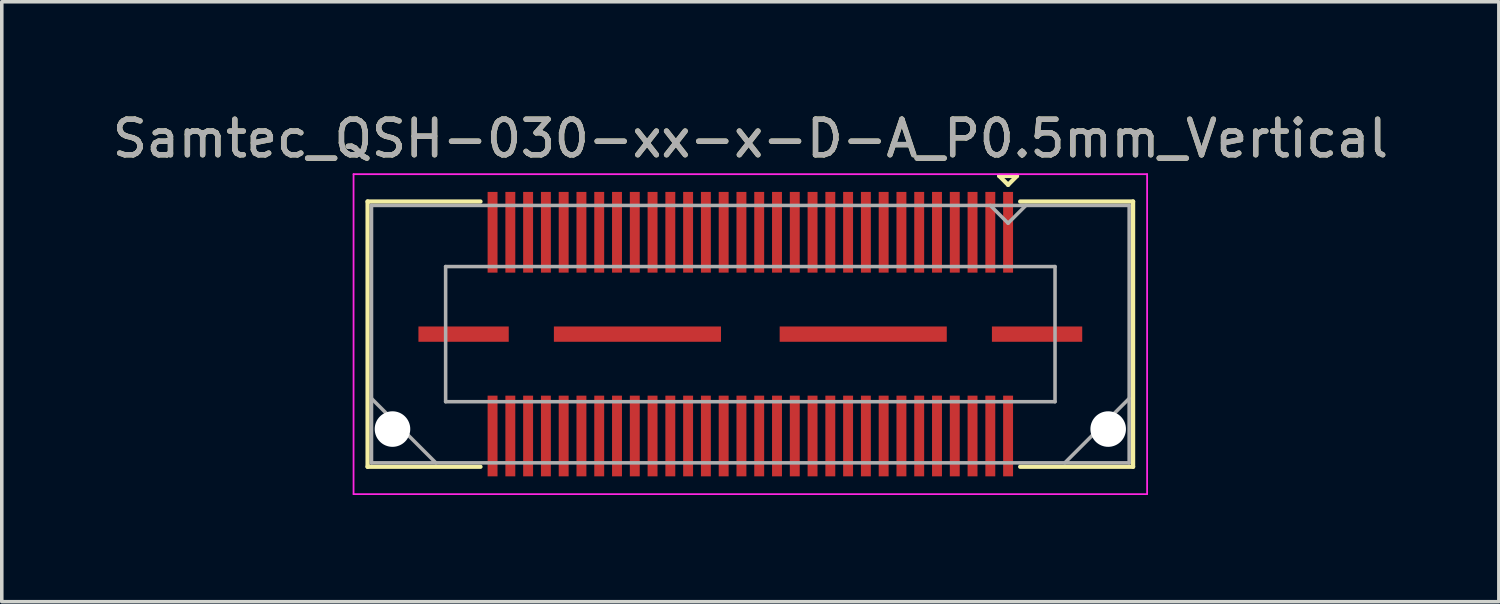
<source format=kicad_pcb>
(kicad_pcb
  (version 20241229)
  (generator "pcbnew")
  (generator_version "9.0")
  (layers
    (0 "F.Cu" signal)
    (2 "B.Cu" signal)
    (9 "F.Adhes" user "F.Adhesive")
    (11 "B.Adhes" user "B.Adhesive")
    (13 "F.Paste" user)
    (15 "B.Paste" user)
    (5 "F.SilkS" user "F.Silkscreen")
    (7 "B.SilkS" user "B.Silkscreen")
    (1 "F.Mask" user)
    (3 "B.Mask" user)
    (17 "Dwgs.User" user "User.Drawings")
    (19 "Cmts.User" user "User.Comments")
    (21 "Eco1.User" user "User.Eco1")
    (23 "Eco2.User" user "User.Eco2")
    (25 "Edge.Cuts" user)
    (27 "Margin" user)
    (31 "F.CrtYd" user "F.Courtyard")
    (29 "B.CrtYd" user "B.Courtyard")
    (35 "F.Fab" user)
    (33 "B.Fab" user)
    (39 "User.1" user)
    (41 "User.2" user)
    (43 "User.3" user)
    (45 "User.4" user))
  (footprint "Samtec_QSH-030-xx-x-D-A_P0.5mm_Vertical"
    (layer "F.Cu")
    (at 18.054 6.348)
    (property "Reference" "Samtec_QSH-030-xx-x-D-A_P0.5mm_Vertical" (at 0 -5.5 0) (layer "F.SilkS") (effects (font (size 1 1) (thickness 0.15))))
    (attr smd)
    (fp_line (start -10.765 -3.73) (end -7.59 -3.73) (stroke (width 0.12) (type solid)) (layer "F.SilkS"))
    (fp_line (start -10.765 3.73) (end -10.765 -3.73) (stroke (width 0.12) (type solid)) (layer "F.SilkS"))
    (fp_line (start -7.59 3.73) (end -10.765 3.73) (stroke (width 0.12) (type solid)) (layer "F.SilkS"))
    (fp_line (start 7 -4.45) (end 7.5 -4.45) (stroke (width 0.12) (type solid)) (layer "F.SilkS"))
    (fp_line (start 7.25 -4.2) (end 7 -4.45) (stroke (width 0.12) (type solid)) (layer "F.SilkS"))
    (fp_line (start 7.5 -4.45) (end 7.25 -4.2) (stroke (width 0.12) (type solid)) (layer "F.SilkS"))
    (fp_line (start 7.59 3.73) (end 10.765 3.73) (stroke (width 0.12) (type solid)) (layer "F.SilkS"))
    (fp_line (start 10.765 -3.73) (end 7.59 -3.73) (stroke (width 0.12) (type solid)) (layer "F.SilkS"))
    (fp_line (start 10.765 3.73) (end 10.765 -3.73) (stroke (width 0.12) (type solid)) (layer "F.SilkS"))
    (fp_line (start -11.16 -4.5) (end -11.16 4.5) (stroke (width 0.05) (type solid)) (layer "F.CrtYd"))
    (fp_line (start -11.16 4.5) (end 11.16 4.5) (stroke (width 0.05) (type solid)) (layer "F.CrtYd"))
    (fp_line (start 11.16 -4.5) (end -11.16 -4.5) (stroke (width 0.05) (type solid)) (layer "F.CrtYd"))
    (fp_line (start 11.16 4.5) (end 11.16 -4.5) (stroke (width 0.05) (type solid)) (layer "F.CrtYd"))
    (fp_line (start -10.655 -3.62) (end -10.655 3.62) (stroke (width 0.1) (type solid)) (layer "F.Fab"))
    (fp_line (start -10.655 1.81) (end -8.845 3.62) (stroke (width 0.1) (type solid)) (layer "F.Fab"))
    (fp_line (start -10.655 3.62) (end 10.655 3.62) (stroke (width 0.1) (type solid)) (layer "F.Fab"))
    (fp_line (start -8.57 -1.9) (end -8.57 1.9) (stroke (width 0.1) (type solid)) (layer "F.Fab"))
    (fp_line (start -8.57 1.9) (end 8.57 1.9) (stroke (width 0.1) (type solid)) (layer "F.Fab"))
    (fp_line (start 7.25 -3.12) (end 6.75 -3.62) (stroke (width 0.1) (type solid)) (layer "F.Fab"))
    (fp_line (start 7.75 -3.62) (end 7.25 -3.12) (stroke (width 0.1) (type solid)) (layer "F.Fab"))
    (fp_line (start 8.57 -1.9) (end -8.57 -1.9) (stroke (width 0.1) (type solid)) (layer "F.Fab"))
    (fp_line (start 8.57 1.9) (end 8.57 -1.9) (stroke (width 0.1) (type solid)) (layer "F.Fab"))
    (fp_line (start 10.655 -3.62) (end -10.655 -3.62) (stroke (width 0.1) (type solid)) (layer "F.Fab"))
    (fp_line (start 10.655 1.81) (end 8.845 3.62) (stroke (width 0.1) (type solid)) (layer "F.Fab"))
    (fp_line (start 10.655 3.62) (end 10.655 -3.62) (stroke (width 0.1) (type solid)) (layer "F.Fab"))
    (fp_text user "${REFERENCE}" (at 0 -5.5 0) (layer "F.Fab") (effects (font (size 1 1) (thickness 0.15))))
    (pad "" np_thru_hole circle (at -10.065 2.67) (size 1 1) (drill 1) (layers "*.Cu" "*.Mask"))
    (pad "" np_thru_hole circle (at 10.065 2.67) (size 1 1) (drill 1) (layers "*.Cu" "*.Mask"))
    (pad "1" smd rect (at 7.25 -2.865) (size 0.279 2.27) (layers "F.Cu" "F.Mask" "F.Paste"))
    (pad "2" smd rect (at 7.25 2.865) (size 0.279 2.27) (layers "F.Cu" "F.Mask" "F.Paste"))
    (pad "3" smd rect (at 6.75 -2.865) (size 0.279 2.27) (layers "F.Cu" "F.Mask" "F.Paste"))
    (pad "4" smd rect (at 6.75 2.865) (size 0.279 2.27) (layers "F.Cu" "F.Mask" "F.Paste"))
    (pad "5" smd rect (at 6.25 -2.865) (size 0.279 2.27) (layers "F.Cu" "F.Mask" "F.Paste"))
    (pad "6" smd rect (at 6.25 2.865) (size 0.279 2.27) (layers "F.Cu" "F.Mask" "F.Paste"))
    (pad "7" smd rect (at 5.75 -2.865) (size 0.279 2.27) (layers "F.Cu" "F.Mask" "F.Paste"))
    (pad "8" smd rect (at 5.75 2.865) (size 0.279 2.27) (layers "F.Cu" "F.Mask" "F.Paste"))
    (pad "9" smd rect (at 5.25 -2.865) (size 0.279 2.27) (layers "F.Cu" "F.Mask" "F.Paste"))
    (pad "10" smd rect (at 5.25 2.865) (size 0.279 2.27) (layers "F.Cu" "F.Mask" "F.Paste"))
    (pad "11" smd rect (at 4.75 -2.865) (size 0.279 2.27) (layers "F.Cu" "F.Mask" "F.Paste"))
    (pad "12" smd rect (at 4.75 2.865) (size 0.279 2.27) (layers "F.Cu" "F.Mask" "F.Paste"))
    (pad "13" smd rect (at 4.25 -2.865) (size 0.279 2.27) (layers "F.Cu" "F.Mask" "F.Paste"))
    (pad "14" smd rect (at 4.25 2.865) (size 0.279 2.27) (layers "F.Cu" "F.Mask" "F.Paste"))
    (pad "15" smd rect (at 3.75 -2.865) (size 0.279 2.27) (layers "F.Cu" "F.Mask" "F.Paste"))
    (pad "16" smd rect (at 3.75 2.865) (size 0.279 2.27) (layers "F.Cu" "F.Mask" "F.Paste"))
    (pad "17" smd rect (at 3.25 -2.865) (size 0.279 2.27) (layers "F.Cu" "F.Mask" "F.Paste"))
    (pad "18" smd rect (at 3.25 2.865) (size 0.279 2.27) (layers "F.Cu" "F.Mask" "F.Paste"))
    (pad "19" smd rect (at 2.75 -2.865) (size 0.279 2.27) (layers "F.Cu" "F.Mask" "F.Paste"))
    (pad "20" smd rect (at 2.75 2.865) (size 0.279 2.27) (layers "F.Cu" "F.Mask" "F.Paste"))
    (pad "21" smd rect (at 2.25 -2.865) (size 0.279 2.27) (layers "F.Cu" "F.Mask" "F.Paste"))
    (pad "22" smd rect (at 2.25 2.865) (size 0.279 2.27) (layers "F.Cu" "F.Mask" "F.Paste"))
    (pad "23" smd rect (at 1.75 -2.865) (size 0.279 2.27) (layers "F.Cu" "F.Mask" "F.Paste"))
    (pad "24" smd rect (at 1.75 2.865) (size 0.279 2.27) (layers "F.Cu" "F.Mask" "F.Paste"))
    (pad "25" smd rect (at 1.25 -2.865) (size 0.279 2.27) (layers "F.Cu" "F.Mask" "F.Paste"))
    (pad "26" smd rect (at 1.25 2.865) (size 0.279 2.27) (layers "F.Cu" "F.Mask" "F.Paste"))
    (pad "27" smd rect (at 0.75 -2.865) (size 0.279 2.27) (layers "F.Cu" "F.Mask" "F.Paste"))
    (pad "28" smd rect (at 0.75 2.865) (size 0.279 2.27) (layers "F.Cu" "F.Mask" "F.Paste"))
    (pad "29" smd rect (at 0.25 -2.865) (size 0.279 2.27) (layers "F.Cu" "F.Mask" "F.Paste"))
    (pad "30" smd rect (at 0.25 2.865) (size 0.279 2.27) (layers "F.Cu" "F.Mask" "F.Paste"))
    (pad "31" smd rect (at -0.25 -2.865) (size 0.279 2.27) (layers "F.Cu" "F.Mask" "F.Paste"))
    (pad "32" smd rect (at -0.25 2.865) (size 0.279 2.27) (layers "F.Cu" "F.Mask" "F.Paste"))
    (pad "33" smd rect (at -0.75 -2.865) (size 0.279 2.27) (layers "F.Cu" "F.Mask" "F.Paste"))
    (pad "34" smd rect (at -0.75 2.865) (size 0.279 2.27) (layers "F.Cu" "F.Mask" "F.Paste"))
    (pad "35" smd rect (at -1.25 -2.865) (size 0.279 2.27) (layers "F.Cu" "F.Mask" "F.Paste"))
    (pad "36" smd rect (at -1.25 2.865) (size 0.279 2.27) (layers "F.Cu" "F.Mask" "F.Paste"))
    (pad "37" smd rect (at -1.75 -2.865) (size 0.279 2.27) (layers "F.Cu" "F.Mask" "F.Paste"))
    (pad "38" smd rect (at -1.75 2.865) (size 0.279 2.27) (layers "F.Cu" "F.Mask" "F.Paste"))
    (pad "39" smd rect (at -2.25 -2.865) (size 0.279 2.27) (layers "F.Cu" "F.Mask" "F.Paste"))
    (pad "40" smd rect (at -2.25 2.865) (size 0.279 2.27) (layers "F.Cu" "F.Mask" "F.Paste"))
    (pad "41" smd rect (at -2.75 -2.865) (size 0.279 2.27) (layers "F.Cu" "F.Mask" "F.Paste"))
    (pad "42" smd rect (at -2.75 2.865) (size 0.279 2.27) (layers "F.Cu" "F.Mask" "F.Paste"))
    (pad "43" smd rect (at -3.25 -2.865) (size 0.279 2.27) (layers "F.Cu" "F.Mask" "F.Paste"))
    (pad "44" smd rect (at -3.25 2.865) (size 0.279 2.27) (layers "F.Cu" "F.Mask" "F.Paste"))
    (pad "45" smd rect (at -3.75 -2.865) (size 0.279 2.27) (layers "F.Cu" "F.Mask" "F.Paste"))
    (pad "46" smd rect (at -3.75 2.865) (size 0.279 2.27) (layers "F.Cu" "F.Mask" "F.Paste"))
    (pad "47" smd rect (at -4.25 -2.865) (size 0.279 2.27) (layers "F.Cu" "F.Mask" "F.Paste"))
    (pad "48" smd rect (at -4.25 2.865) (size 0.279 2.27) (layers "F.Cu" "F.Mask" "F.Paste"))
    (pad "49" smd rect (at -4.75 -2.865) (size 0.279 2.27) (layers "F.Cu" "F.Mask" "F.Paste"))
    (pad "50" smd rect (at -4.75 2.865) (size 0.279 2.27) (layers "F.Cu" "F.Mask" "F.Paste"))
    (pad "51" smd rect (at -5.25 -2.865) (size 0.279 2.27) (layers "F.Cu" "F.Mask" "F.Paste"))
    (pad "52" smd rect (at -5.25 2.865) (size 0.279 2.27) (layers "F.Cu" "F.Mask" "F.Paste"))
    (pad "53" smd rect (at -5.75 -2.865) (size 0.279 2.27) (layers "F.Cu" "F.Mask" "F.Paste"))
    (pad "54" smd rect (at -5.75 2.865) (size 0.279 2.27) (layers "F.Cu" "F.Mask" "F.Paste"))
    (pad "55" smd rect (at -6.25 -2.865) (size 0.279 2.27) (layers "F.Cu" "F.Mask" "F.Paste"))
    (pad "56" smd rect (at -6.25 2.865) (size 0.279 2.27) (layers "F.Cu" "F.Mask" "F.Paste"))
    (pad "57" smd rect (at -6.75 -2.865) (size 0.279 2.27) (layers "F.Cu" "F.Mask" "F.Paste"))
    (pad "58" smd rect (at -6.75 2.865) (size 0.279 2.27) (layers "F.Cu" "F.Mask" "F.Paste"))
    (pad "59" smd rect (at -7.25 -2.865) (size 0.279 2.27) (layers "F.Cu" "F.Mask" "F.Paste"))
    (pad "60" smd rect (at -7.25 2.865) (size 0.279 2.27) (layers "F.Cu" "F.Mask" "F.Paste"))
    (pad "P1" smd rect (at -8.065 0) (size 2.54 0.43) (layers "F.Cu" "F.Mask" "F.Paste"))
    (pad "P1" smd rect (at -3.175 0) (size 4.7 0.43) (layers "F.Cu" "F.Mask" "F.Paste"))
    (pad "P1" smd rect (at 3.175 0) (size 4.7 0.43) (layers "F.Cu" "F.Mask" "F.Paste"))
    (pad "P1" smd rect (at 8.065 0) (size 2.54 0.43) (layers "F.Cu" "F.Mask" "F.Paste")))
  (gr_rect
    (start -3 -3)
    (end 39.107 13.873)
    (stroke (width 0.1) (type default))
    (fill no)
    (layer "Edge.Cuts")))
</source>
